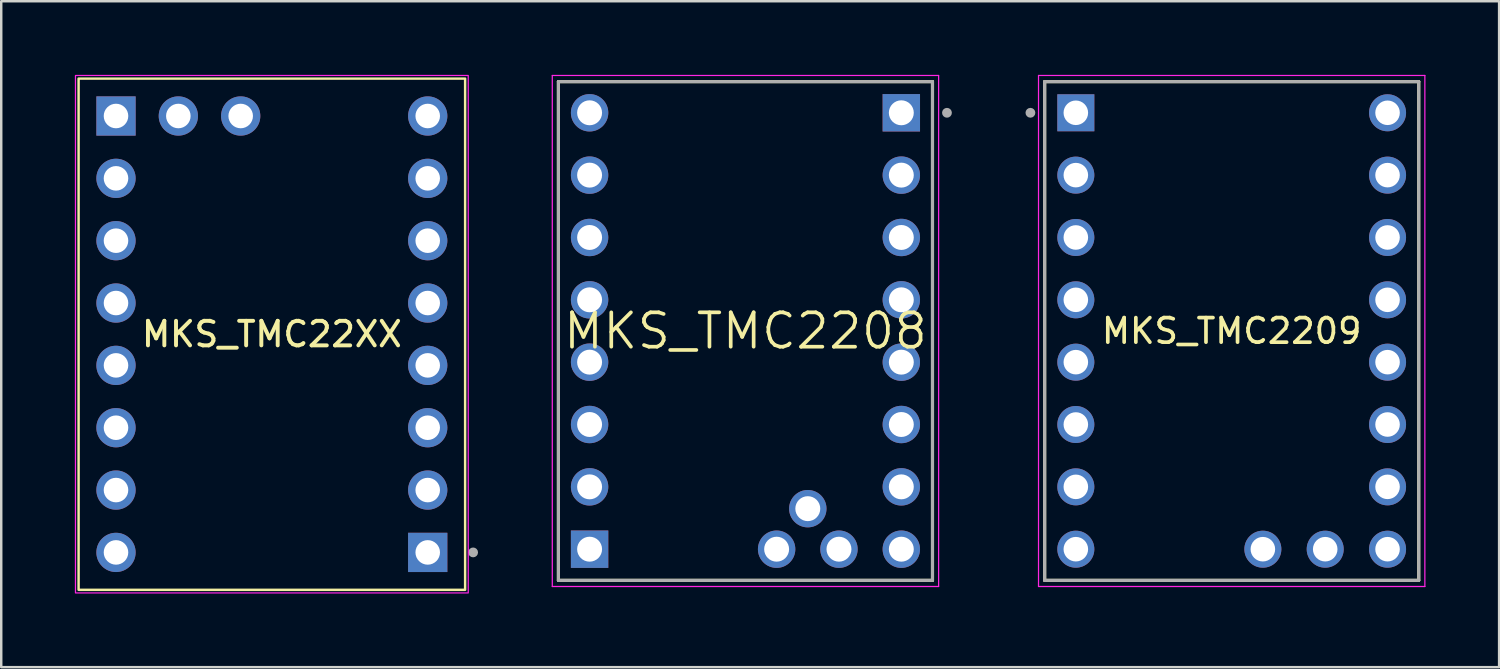
<source format=kicad_pcb>
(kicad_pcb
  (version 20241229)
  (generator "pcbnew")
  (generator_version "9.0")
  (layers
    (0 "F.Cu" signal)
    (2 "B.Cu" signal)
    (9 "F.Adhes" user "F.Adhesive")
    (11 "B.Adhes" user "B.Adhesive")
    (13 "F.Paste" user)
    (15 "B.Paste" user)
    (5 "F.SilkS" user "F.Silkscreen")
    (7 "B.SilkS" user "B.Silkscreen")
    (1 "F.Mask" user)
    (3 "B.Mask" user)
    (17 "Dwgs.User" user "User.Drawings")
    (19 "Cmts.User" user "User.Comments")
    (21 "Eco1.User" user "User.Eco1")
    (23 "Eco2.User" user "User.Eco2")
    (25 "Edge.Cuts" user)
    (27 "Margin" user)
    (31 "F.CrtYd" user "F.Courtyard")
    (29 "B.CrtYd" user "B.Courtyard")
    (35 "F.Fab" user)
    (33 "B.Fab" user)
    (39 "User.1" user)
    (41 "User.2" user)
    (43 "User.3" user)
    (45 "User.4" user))
  (footprint "MKS_TMC22XX"
    (layer "F.Cu")
    (at 8.026 10.566)
    (property "Reference" "MKS_TMC22XX" (at 0 0 180) (layer "F.SilkS") (effects (font (size 1 1) (thickness 0.16))))
    (attr through_hole)
    (fp_rect (start -7.874 -10.414) (end 7.874 10.414) (stroke (width 0.1) (type default)) (fill no) (layer "F.SilkS"))
    (fp_rect (start -8.001 -10.541) (end 8.001 10.541) (stroke (width 0.05) (type default)) (fill no) (layer "F.CrtYd"))
    (fp_circle (center 8.2 8.89) (end 8.1 8.89) (stroke (width 0.2) (type solid)) (fill no) (layer "F.Fab"))
    (pad "1" thru_hole rect (at 6.35 8.89 180) (size 1.6 1.6) (drill 1) (layers "*.Cu" "*.Mask"))
    (pad "2" thru_hole circle (at 6.35 6.35 180) (size 1.6 1.6) (drill 1) (layers "*.Cu" "*.Mask"))
    (pad "3" thru_hole circle (at 6.35 3.81 180) (size 1.6 1.6) (drill 1) (layers "*.Cu" "*.Mask"))
    (pad "4" thru_hole circle (at 6.35 1.27 180) (size 1.6 1.6) (drill 1) (layers "*.Cu" "*.Mask"))
    (pad "5" thru_hole circle (at 6.35 -1.27 180) (size 1.6 1.6) (drill 1) (layers "*.Cu" "*.Mask"))
    (pad "6" thru_hole circle (at 6.35 -3.81 180) (size 1.6 1.6) (drill 1) (layers "*.Cu" "*.Mask"))
    (pad "7" thru_hole circle (at 6.35 -6.35 180) (size 1.6 1.6) (drill 1) (layers "*.Cu" "*.Mask"))
    (pad "8" thru_hole circle (at 6.35 -8.89 180) (size 1.6 1.6) (drill 1) (layers "*.Cu" "*.Mask"))
    (pad "9" thru_hole circle (at -6.35 8.89 180) (size 1.6 1.6) (drill 1) (layers "*.Cu" "*.Mask"))
    (pad "10" thru_hole circle (at -6.35 6.35 180) (size 1.6 1.6) (drill 1) (layers "*.Cu" "*.Mask"))
    (pad "11" thru_hole circle (at -6.35 3.81 180) (size 1.6 1.6) (drill 1) (layers "*.Cu" "*.Mask"))
    (pad "12" thru_hole circle (at -6.35 1.27 180) (size 1.6 1.6) (drill 1) (layers "*.Cu" "*.Mask"))
    (pad "13" thru_hole circle (at -6.35 -1.27 180) (size 1.6 1.6) (drill 1) (layers "*.Cu" "*.Mask"))
    (pad "14" thru_hole circle (at -6.35 -3.81 180) (size 1.6 1.6) (drill 1) (layers "*.Cu" "*.Mask"))
    (pad "15" thru_hole circle (at -6.35 -6.35 180) (size 1.6 1.6) (drill 1) (layers "*.Cu" "*.Mask"))
    (pad "16" thru_hole rect (at -6.35 -8.89 180) (size 1.6 1.6) (drill 1) (layers "*.Cu" "*.Mask"))
    (pad "17" thru_hole circle (at -1.27 -8.89 180) (size 1.6 1.6) (drill 1) (layers "*.Cu" "*.Mask"))
    (pad "18" thru_hole circle (at -3.81 -8.89 180) (size 1.6 1.6) (drill 1) (layers "*.Cu" "*.Mask")))
  (footprint "MKS_TMC2209"
    (layer "F.Cu")
    (at 47.131 10.435)
    (property "Reference" "MKS_TMC2209" (at 0 0 0) (layer "F.SilkS") (effects (font (size 1 1) (thickness 0.15))))
    (attr through_hole)
    (fp_line (start -7.62 -10.16) (end 7.62 -10.16) (stroke (width 0.127) (type solid)) (layer "F.SilkS"))
    (fp_line (start -7.62 10.16) (end -7.62 -10.16) (stroke (width 0.127) (type solid)) (layer "F.SilkS"))
    (fp_line (start 7.62 -10.16) (end 7.62 10.16) (stroke (width 0.127) (type solid)) (layer "F.SilkS"))
    (fp_line (start 7.62 10.16) (end -7.62 10.16) (stroke (width 0.127) (type solid)) (layer "F.SilkS"))
    (fp_line (start -7.87 -10.41) (end 7.87 -10.41) (stroke (width 0.05) (type solid)) (layer "F.CrtYd"))
    (fp_line (start -7.87 10.41) (end -7.87 -10.41) (stroke (width 0.05) (type solid)) (layer "F.CrtYd"))
    (fp_line (start 7.87 -10.41) (end 7.87 10.41) (stroke (width 0.05) (type solid)) (layer "F.CrtYd"))
    (fp_line (start 7.87 10.41) (end -7.87 10.41) (stroke (width 0.05) (type solid)) (layer "F.CrtYd"))
    (fp_line (start -7.62 -10.16) (end 7.62 -10.16) (stroke (width 0.127) (type solid)) (layer "F.Fab"))
    (fp_line (start -7.62 10.16) (end -7.62 -10.16) (stroke (width 0.127) (type solid)) (layer "F.Fab"))
    (fp_line (start 7.62 -10.16) (end 7.62 10.16) (stroke (width 0.127) (type solid)) (layer "F.Fab"))
    (fp_line (start 7.62 10.16) (end -7.62 10.16) (stroke (width 0.127) (type solid)) (layer "F.Fab"))
    (fp_circle (center -8.2 -8.89) (end -8.1 -8.89) (stroke (width 0.2) (type solid)) (fill no) (layer "F.Fab"))
    (pad "1" thru_hole rect (at -6.35 -8.89) (size 1.508 1.508) (drill 1) (layers "*.Cu" "*.Mask"))
    (pad "2" thru_hole circle (at -6.35 -6.35) (size 1.508 1.508) (drill 1) (layers "*.Cu" "*.Mask"))
    (pad "3" thru_hole circle (at -6.35 -3.81) (size 1.508 1.508) (drill 1) (layers "*.Cu" "*.Mask"))
    (pad "4" thru_hole circle (at -6.35 -1.27) (size 1.508 1.508) (drill 1) (layers "*.Cu" "*.Mask"))
    (pad "5" thru_hole circle (at -6.35 1.27) (size 1.508 1.508) (drill 1) (layers "*.Cu" "*.Mask"))
    (pad "6" thru_hole circle (at -6.35 3.81) (size 1.508 1.508) (drill 1) (layers "*.Cu" "*.Mask"))
    (pad "7" thru_hole circle (at -6.35 6.35) (size 1.508 1.508) (drill 1) (layers "*.Cu" "*.Mask"))
    (pad "8" thru_hole circle (at -6.35 8.89) (size 1.508 1.508) (drill 1) (layers "*.Cu" "*.Mask"))
    (pad "9" thru_hole circle (at 6.35 -8.89) (size 1.508 1.508) (drill 1) (layers "*.Cu" "*.Mask"))
    (pad "10" thru_hole circle (at 6.35 -6.35) (size 1.508 1.508) (drill 1) (layers "*.Cu" "*.Mask"))
    (pad "11" thru_hole circle (at 6.35 -3.81) (size 1.508 1.508) (drill 1) (layers "*.Cu" "*.Mask"))
    (pad "12" thru_hole circle (at 6.35 -1.27) (size 1.508 1.508) (drill 1) (layers "*.Cu" "*.Mask"))
    (pad "13" thru_hole circle (at 6.35 1.27) (size 1.508 1.508) (drill 1) (layers "*.Cu" "*.Mask"))
    (pad "14" thru_hole circle (at 6.35 3.81) (size 1.508 1.508) (drill 1) (layers "*.Cu" "*.Mask"))
    (pad "15" thru_hole circle (at 6.35 6.35) (size 1.508 1.508) (drill 1) (layers "*.Cu" "*.Mask"))
    (pad "16" thru_hole circle (at 6.35 8.89) (size 1.508 1.508) (drill 1) (layers "*.Cu" "*.Mask"))
    (pad "17" thru_hole circle (at 1.27 8.89) (size 1.508 1.508) (drill 1) (layers "*.Cu" "*.Mask"))
    (pad "18" thru_hole circle (at 3.81 8.89) (size 1.508 1.508) (drill 1) (layers "*.Cu" "*.Mask")))
  (footprint "MKS_TMC2208"
    (layer "F.Cu")
    (at 27.321 10.435)
    (property "Reference" "MKS_TMC2208" (at 0 0 0) (layer "F.SilkS") (effects (font (size 1.4 1.4) (thickness 0.15))))
    (attr through_hole)
    (fp_line (start -7.62 -10.16) (end -7.62 10.16) (stroke (width 0.127) (type solid)) (layer "F.SilkS"))
    (fp_line (start -7.62 10.16) (end 7.62 10.16) (stroke (width 0.127) (type solid)) (layer "F.SilkS"))
    (fp_line (start 7.62 -10.16) (end -7.62 -10.16) (stroke (width 0.127) (type solid)) (layer "F.SilkS"))
    (fp_line (start 7.62 10.16) (end 7.62 -10.16) (stroke (width 0.127) (type solid)) (layer "F.SilkS"))
    (fp_line (start -7.87 -10.41) (end -7.87 10.41) (stroke (width 0.05) (type solid)) (layer "F.CrtYd"))
    (fp_line (start -7.87 -10.41) (end 7.87 -10.41) (stroke (width 0.05) (type solid)) (layer "F.CrtYd"))
    (fp_line (start -7.87 10.41) (end 7.87 10.41) (stroke (width 0.05) (type solid)) (layer "F.CrtYd"))
    (fp_line (start 7.87 -10.41) (end 7.87 10.41) (stroke (width 0.05) (type solid)) (layer "F.CrtYd"))
    (fp_line (start -7.62 -10.16) (end -7.62 10.16) (stroke (width 0.127) (type solid)) (layer "F.Fab"))
    (fp_line (start -7.62 10.16) (end 7.62 10.16) (stroke (width 0.127) (type solid)) (layer "F.Fab"))
    (fp_line (start 7.62 -10.16) (end -7.62 -10.16) (stroke (width 0.127) (type solid)) (layer "F.Fab"))
    (fp_line (start 7.62 10.16) (end 7.62 -10.16) (stroke (width 0.127) (type solid)) (layer "F.Fab"))
    (fp_circle (center 8.21 -8.89) (end 8.31 -8.89) (stroke (width 0.2) (type solid)) (fill no) (layer "F.Fab"))
    (pad "JP1_1" thru_hole rect (at 6.35 -8.89) (size 1.524 1.524) (drill 1.016) (layers "*.Cu" "*.Mask"))
    (pad "JP1_2" thru_hole circle (at 6.35 -6.35) (size 1.524 1.524) (drill 1.016) (layers "*.Cu" "*.Mask"))
    (pad "JP1_3" thru_hole circle (at 6.35 -3.81) (size 1.524 1.524) (drill 1.016) (layers "*.Cu" "*.Mask"))
    (pad "JP1_4" thru_hole circle (at 6.35 -1.27) (size 1.524 1.524) (drill 1.016) (layers "*.Cu" "*.Mask"))
    (pad "JP1_5" thru_hole circle (at 6.35 1.27) (size 1.524 1.524) (drill 1.016) (layers "*.Cu" "*.Mask"))
    (pad "JP1_6" thru_hole circle (at 6.35 3.81) (size 1.524 1.524) (drill 1.016) (layers "*.Cu" "*.Mask"))
    (pad "JP1_7" thru_hole circle (at 6.35 6.35) (size 1.524 1.524) (drill 1.016) (layers "*.Cu" "*.Mask"))
    (pad "JP1_8" thru_hole circle (at 6.35 8.89) (size 1.524 1.524) (drill 1.016) (layers "*.Cu" "*.Mask"))
    (pad "JP2_1" thru_hole rect (at -6.35 8.89) (size 1.524 1.524) (drill 1.016) (layers "*.Cu" "*.Mask"))
    (pad "JP2_2" thru_hole circle (at -6.35 6.35) (size 1.524 1.524) (drill 1.016) (layers "*.Cu" "*.Mask"))
    (pad "JP2_3" thru_hole circle (at -6.35 3.81) (size 1.524 1.524) (drill 1.016) (layers "*.Cu" "*.Mask"))
    (pad "JP2_4" thru_hole circle (at -6.35 1.27) (size 1.524 1.524) (drill 1.016) (layers "*.Cu" "*.Mask"))
    (pad "JP2_5" thru_hole circle (at -6.35 -1.27) (size 1.524 1.524) (drill 1.016) (layers "*.Cu" "*.Mask"))
    (pad "JP2_6" thru_hole circle (at -6.35 -3.81) (size 1.524 1.524) (drill 1.016) (layers "*.Cu" "*.Mask"))
    (pad "JP2_7" thru_hole circle (at -6.35 -6.35) (size 1.524 1.524) (drill 1.016) (layers "*.Cu" "*.Mask"))
    (pad "JP2_8" thru_hole circle (at -6.35 -8.89) (size 1.524 1.524) (drill 1.016) (layers "*.Cu" "*.Mask"))
    (pad "JP3_1" thru_hole circle (at 1.27 8.89) (size 1.524 1.524) (drill 1.016) (layers "*.Cu" "*.Mask"))
    (pad "JP3_2" thru_hole circle (at 3.81 8.89) (size 1.524 1.524) (drill 1.016) (layers "*.Cu" "*.Mask"))
    (pad "VREF" thru_hole circle (at 2.54 7.239) (size 1.524 1.524) (drill 1.016) (layers "*.Cu" "*.Mask")))
  (gr_rect
    (start -3 -3)
    (end 58.026 24.132)
    (stroke (width 0.1) (type default))
    (fill no)
    (layer "Edge.Cuts")))
</source>
